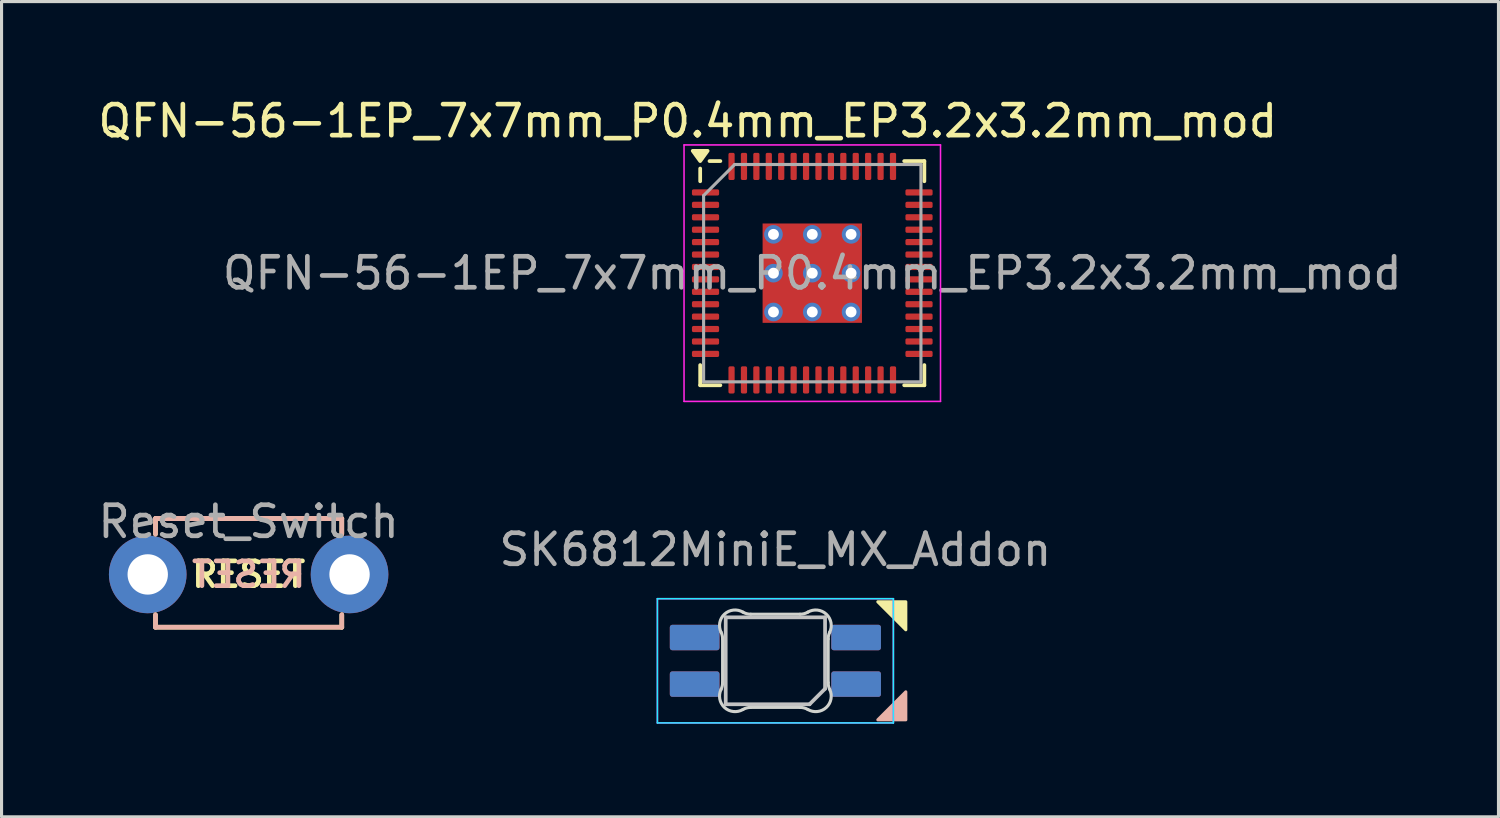
<source format=kicad_pcb>
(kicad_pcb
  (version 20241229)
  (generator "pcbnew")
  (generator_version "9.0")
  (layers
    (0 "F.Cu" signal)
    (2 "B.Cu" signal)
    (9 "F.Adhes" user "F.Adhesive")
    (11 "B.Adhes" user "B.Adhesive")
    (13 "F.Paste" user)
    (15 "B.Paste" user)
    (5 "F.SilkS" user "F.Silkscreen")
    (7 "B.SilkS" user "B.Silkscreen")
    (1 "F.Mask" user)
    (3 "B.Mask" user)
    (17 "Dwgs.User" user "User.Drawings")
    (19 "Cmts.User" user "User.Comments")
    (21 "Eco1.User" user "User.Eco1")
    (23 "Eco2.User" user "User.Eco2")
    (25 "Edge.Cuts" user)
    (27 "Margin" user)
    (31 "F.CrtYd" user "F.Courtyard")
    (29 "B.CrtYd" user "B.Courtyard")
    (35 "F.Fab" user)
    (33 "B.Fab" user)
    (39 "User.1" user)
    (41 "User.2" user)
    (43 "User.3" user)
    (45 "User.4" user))
  (footprint "QFN-56-1EP_7x7mm_P0.4mm_EP3.2x3.2mm_mod"
    (layer "F.Cu")
    (at 23.111 5.748)
    (property "Reference" "QFN-56-1EP_7x7mm_P0.4mm_EP3.2x3.2mm_mod" (at -4.01 -4.9 180) (layer "F.SilkS") (effects (font (size 1 1) (thickness 0.15))))
    (attr smd)
    (fp_line (start -3.61 -2.96) (end -3.61 -3.37) (stroke (width 0.12) (type solid)) (layer "F.SilkS"))
    (fp_line (start -3.61 3.61) (end -3.61 2.96) (stroke (width 0.12) (type solid)) (layer "F.SilkS"))
    (fp_line (start -2.96 -3.61) (end -3.31 -3.61) (stroke (width 0.12) (type solid)) (layer "F.SilkS"))
    (fp_line (start -2.96 3.61) (end -3.61 3.61) (stroke (width 0.12) (type solid)) (layer "F.SilkS"))
    (fp_line (start 2.96 -3.61) (end 3.61 -3.61) (stroke (width 0.12) (type solid)) (layer "F.SilkS"))
    (fp_line (start 2.96 3.61) (end 3.61 3.61) (stroke (width 0.12) (type solid)) (layer "F.SilkS"))
    (fp_line (start 3.61 -3.61) (end 3.61 -2.96) (stroke (width 0.12) (type solid)) (layer "F.SilkS"))
    (fp_line (start 3.61 3.61) (end 3.61 2.96) (stroke (width 0.12) (type solid)) (layer "F.SilkS"))
    (fp_poly (pts (xy -3.61 -3.61) (xy -3.85 -3.94) (xy -3.37 -3.94) (xy -3.61 -3.61)) (stroke (width 0.12) (type solid)) (fill yes) (layer "F.SilkS"))
    (fp_line (start -4.13 -4.13) (end -4.13 4.13) (stroke (width 0.05) (type solid)) (layer "F.CrtYd"))
    (fp_line (start -4.13 4.13) (end 4.13 4.13) (stroke (width 0.05) (type solid)) (layer "F.CrtYd"))
    (fp_line (start 4.13 -4.13) (end -4.13 -4.13) (stroke (width 0.05) (type solid)) (layer "F.CrtYd"))
    (fp_line (start 4.13 4.13) (end 4.13 -4.13) (stroke (width 0.05) (type solid)) (layer "F.CrtYd"))
    (fp_line (start -3.5 -2.5) (end -2.5 -3.5) (stroke (width 0.1) (type solid)) (layer "F.Fab"))
    (fp_line (start -3.5 3.5) (end -3.5 -2.5) (stroke (width 0.1) (type solid)) (layer "F.Fab"))
    (fp_line (start -2.5 -3.5) (end 3.5 -3.5) (stroke (width 0.1) (type solid)) (layer "F.Fab"))
    (fp_line (start 3.5 -3.5) (end 3.5 3.5) (stroke (width 0.1) (type solid)) (layer "F.Fab"))
    (fp_line (start 3.5 3.5) (end -3.5 3.5) (stroke (width 0.1) (type solid)) (layer "F.Fab"))
    (fp_text user "${REFERENCE}" (at 0 0 180) (layer "F.Fab") (effects (font (size 1 1) (thickness 0.15))))
    (pad "" smd roundrect (at -0.8 -0.8) (size 1.29 1.29) (layers "F.Paste") (roundrect_rratio 0.194))
    (pad "" smd roundrect (at -0.8 0.8) (size 1.29 1.29) (layers "F.Paste") (roundrect_rratio 0.194))
    (pad "" smd roundrect (at 0.8 -0.8) (size 1.29 1.29) (layers "F.Paste") (roundrect_rratio 0.194))
    (pad "" smd roundrect (at 0.8 0.8) (size 1.29 1.29) (layers "F.Paste") (roundrect_rratio 0.194))
    (pad "1" smd roundrect (at -3.438 -2.6) (size 0.875 0.2) (layers "F.Cu" "F.Mask" "F.Paste") (roundrect_rratio 0.25))
    (pad "2" smd roundrect (at -3.438 -2.2) (size 0.875 0.2) (layers "F.Cu" "F.Mask" "F.Paste") (roundrect_rratio 0.25))
    (pad "3" smd roundrect (at -3.438 -1.8) (size 0.875 0.2) (layers "F.Cu" "F.Mask" "F.Paste") (roundrect_rratio 0.25))
    (pad "4" smd roundrect (at -3.438 -1.4) (size 0.875 0.2) (layers "F.Cu" "F.Mask" "F.Paste") (roundrect_rratio 0.25))
    (pad "5" smd roundrect (at -3.438 -1) (size 0.875 0.2) (layers "F.Cu" "F.Mask" "F.Paste") (roundrect_rratio 0.25))
    (pad "6" smd roundrect (at -3.438 -0.6) (size 0.875 0.2) (layers "F.Cu" "F.Mask" "F.Paste") (roundrect_rratio 0.25))
    (pad "7" smd roundrect (at -3.438 -0.2) (size 0.875 0.2) (layers "F.Cu" "F.Mask" "F.Paste") (roundrect_rratio 0.25))
    (pad "8" smd roundrect (at -3.438 0.2) (size 0.875 0.2) (layers "F.Cu" "F.Mask" "F.Paste") (roundrect_rratio 0.25))
    (pad "9" smd roundrect (at -3.438 0.6) (size 0.875 0.2) (layers "F.Cu" "F.Mask" "F.Paste") (roundrect_rratio 0.25))
    (pad "10" smd roundrect (at -3.438 1) (size 0.875 0.2) (layers "F.Cu" "F.Mask" "F.Paste") (roundrect_rratio 0.25))
    (pad "11" smd roundrect (at -3.438 1.4) (size 0.875 0.2) (layers "F.Cu" "F.Mask" "F.Paste") (roundrect_rratio 0.25))
    (pad "12" smd roundrect (at -3.438 1.8) (size 0.875 0.2) (layers "F.Cu" "F.Mask" "F.Paste") (roundrect_rratio 0.25))
    (pad "13" smd roundrect (at -3.438 2.2) (size 0.875 0.2) (layers "F.Cu" "F.Mask" "F.Paste") (roundrect_rratio 0.25))
    (pad "14" smd roundrect (at -3.438 2.6) (size 0.875 0.2) (layers "F.Cu" "F.Mask" "F.Paste") (roundrect_rratio 0.25))
    (pad "15" smd roundrect (at -2.6 3.438) (size 0.2 0.875) (layers "F.Cu" "F.Mask" "F.Paste") (roundrect_rratio 0.25))
    (pad "16" smd roundrect (at -2.2 3.438) (size 0.2 0.875) (layers "F.Cu" "F.Mask" "F.Paste") (roundrect_rratio 0.25))
    (pad "17" smd roundrect (at -1.8 3.438) (size 0.2 0.875) (layers "F.Cu" "F.Mask" "F.Paste") (roundrect_rratio 0.25))
    (pad "18" smd roundrect (at -1.4 3.438) (size 0.2 0.875) (layers "F.Cu" "F.Mask" "F.Paste") (roundrect_rratio 0.25))
    (pad "19" smd roundrect (at -1 3.438) (size 0.2 0.875) (layers "F.Cu" "F.Mask" "F.Paste") (roundrect_rratio 0.25))
    (pad "20" smd roundrect (at -0.6 3.438) (size 0.2 0.875) (layers "F.Cu" "F.Mask" "F.Paste") (roundrect_rratio 0.25))
    (pad "21" smd roundrect (at -0.2 3.438) (size 0.2 0.875) (layers "F.Cu" "F.Mask" "F.Paste") (roundrect_rratio 0.25))
    (pad "22" smd roundrect (at 0.2 3.438) (size 0.2 0.875) (layers "F.Cu" "F.Mask" "F.Paste") (roundrect_rratio 0.25))
    (pad "23" smd roundrect (at 0.6 3.438) (size 0.2 0.875) (layers "F.Cu" "F.Mask" "F.Paste") (roundrect_rratio 0.25))
    (pad "24" smd roundrect (at 1 3.438) (size 0.2 0.875) (layers "F.Cu" "F.Mask" "F.Paste") (roundrect_rratio 0.25))
    (pad "25" smd roundrect (at 1.4 3.438) (size 0.2 0.875) (layers "F.Cu" "F.Mask" "F.Paste") (roundrect_rratio 0.25))
    (pad "26" smd roundrect (at 1.8 3.438) (size 0.2 0.875) (layers "F.Cu" "F.Mask" "F.Paste") (roundrect_rratio 0.25))
    (pad "27" smd roundrect (at 2.2 3.438) (size 0.2 0.875) (layers "F.Cu" "F.Mask" "F.Paste") (roundrect_rratio 0.25))
    (pad "28" smd roundrect (at 2.6 3.438) (size 0.2 0.875) (layers "F.Cu" "F.Mask" "F.Paste") (roundrect_rratio 0.25))
    (pad "29" smd roundrect (at 3.438 2.6) (size 0.875 0.2) (layers "F.Cu" "F.Mask" "F.Paste") (roundrect_rratio 0.25))
    (pad "30" smd roundrect (at 3.438 2.2) (size 0.875 0.2) (layers "F.Cu" "F.Mask" "F.Paste") (roundrect_rratio 0.25))
    (pad "31" smd roundrect (at 3.438 1.8) (size 0.875 0.2) (layers "F.Cu" "F.Mask" "F.Paste") (roundrect_rratio 0.25))
    (pad "32" smd roundrect (at 3.438 1.4) (size 0.875 0.2) (layers "F.Cu" "F.Mask" "F.Paste") (roundrect_rratio 0.25))
    (pad "33" smd roundrect (at 3.438 1) (size 0.875 0.2) (layers "F.Cu" "F.Mask" "F.Paste") (roundrect_rratio 0.25))
    (pad "34" smd roundrect (at 3.438 0.6) (size 0.875 0.2) (layers "F.Cu" "F.Mask" "F.Paste") (roundrect_rratio 0.25))
    (pad "35" smd roundrect (at 3.438 0.2) (size 0.875 0.2) (layers "F.Cu" "F.Mask" "F.Paste") (roundrect_rratio 0.25))
    (pad "36" smd roundrect (at 3.438 -0.2) (size 0.875 0.2) (layers "F.Cu" "F.Mask" "F.Paste") (roundrect_rratio 0.25))
    (pad "37" smd roundrect (at 3.438 -0.6) (size 0.875 0.2) (layers "F.Cu" "F.Mask" "F.Paste") (roundrect_rratio 0.25))
    (pad "38" smd roundrect (at 3.438 -1) (size 0.875 0.2) (layers "F.Cu" "F.Mask" "F.Paste") (roundrect_rratio 0.25))
    (pad "39" smd roundrect (at 3.438 -1.4) (size 0.875 0.2) (layers "F.Cu" "F.Mask" "F.Paste") (roundrect_rratio 0.25))
    (pad "40" smd roundrect (at 3.438 -1.8) (size 0.875 0.2) (layers "F.Cu" "F.Mask" "F.Paste") (roundrect_rratio 0.25))
    (pad "41" smd roundrect (at 3.438 -2.2) (size 0.875 0.2) (layers "F.Cu" "F.Mask" "F.Paste") (roundrect_rratio 0.25))
    (pad "42" smd roundrect (at 3.438 -2.6) (size 0.875 0.2) (layers "F.Cu" "F.Mask" "F.Paste") (roundrect_rratio 0.25))
    (pad "43" smd roundrect (at 2.6 -3.438) (size 0.2 0.875) (layers "F.Cu" "F.Mask" "F.Paste") (roundrect_rratio 0.25))
    (pad "44" smd roundrect (at 2.2 -3.438) (size 0.2 0.875) (layers "F.Cu" "F.Mask" "F.Paste") (roundrect_rratio 0.25))
    (pad "45" smd roundrect (at 1.8 -3.438) (size 0.2 0.875) (layers "F.Cu" "F.Mask" "F.Paste") (roundrect_rratio 0.25))
    (pad "46" smd roundrect (at 1.4 -3.438) (size 0.2 0.875) (layers "F.Cu" "F.Mask" "F.Paste") (roundrect_rratio 0.25))
    (pad "47" smd roundrect (at 1 -3.438) (size 0.2 0.875) (layers "F.Cu" "F.Mask" "F.Paste") (roundrect_rratio 0.25))
    (pad "48" smd roundrect (at 0.6 -3.438) (size 0.2 0.875) (layers "F.Cu" "F.Mask" "F.Paste") (roundrect_rratio 0.25))
    (pad "49" smd roundrect (at 0.2 -3.438) (size 0.2 0.875) (layers "F.Cu" "F.Mask" "F.Paste") (roundrect_rratio 0.25))
    (pad "50" smd roundrect (at -0.2 -3.438) (size 0.2 0.875) (layers "F.Cu" "F.Mask" "F.Paste") (roundrect_rratio 0.25))
    (pad "51" smd roundrect (at -0.6 -3.438) (size 0.2 0.875) (layers "F.Cu" "F.Mask" "F.Paste") (roundrect_rratio 0.25))
    (pad "52" smd roundrect (at -1 -3.438) (size 0.2 0.875) (layers "F.Cu" "F.Mask" "F.Paste") (roundrect_rratio 0.25))
    (pad "53" smd roundrect (at -1.4 -3.438) (size 0.2 0.875) (layers "F.Cu" "F.Mask" "F.Paste") (roundrect_rratio 0.25))
    (pad "54" smd roundrect (at -1.8 -3.438) (size 0.2 0.875) (layers "F.Cu" "F.Mask" "F.Paste") (roundrect_rratio 0.25))
    (pad "55" smd roundrect (at -2.2 -3.438) (size 0.2 0.875) (layers "F.Cu" "F.Mask" "F.Paste") (roundrect_rratio 0.25))
    (pad "56" smd roundrect (at -2.6 -3.438) (size 0.2 0.875) (layers "F.Cu" "F.Mask" "F.Paste") (roundrect_rratio 0.25))
    (pad "57" thru_hole circle (at -1.25 -1.25) (size 0.6 0.6) (drill 0.35) (layers "*.Cu" "F.Mask"))
    (pad "57" thru_hole circle (at -1.25 0) (size 0.6 0.6) (drill 0.35) (layers "*.Cu" "F.Mask"))
    (pad "57" thru_hole circle (at -1.25 1.25) (size 0.6 0.6) (drill 0.35) (layers "*.Cu" "F.Mask"))
    (pad "57" thru_hole circle (at 0 -1.25) (size 0.6 0.6) (drill 0.35) (layers "*.Cu" "F.Mask"))
    (pad "57" thru_hole circle (at 0 0) (size 0.6 0.6) (drill 0.35) (layers "*.Cu" "F.Mask"))
    (pad "57" smd rect (at 0 0) (size 3.2 3.2) (property pad_prop_heatsink) (layers "F.Cu" "F.Mask"))
    (pad "57" thru_hole circle (at 0 1.25) (size 0.6 0.6) (drill 0.35) (layers "*.Cu" "F.Mask"))
    (pad "57" thru_hole circle (at 1.25 -1.25) (size 0.6 0.6) (drill 0.35) (layers "*.Cu" "F.Mask"))
    (pad "57" thru_hole circle (at 1.25 0) (size 0.6 0.6) (drill 0.35) (layers "*.Cu" "F.Mask"))
    (pad "57" thru_hole circle (at 1.25 1.25) (size 0.6 0.6) (drill 0.35) (layers "*.Cu" "F.Mask")))
  (footprint "SK6812MiniE_MX_Addon"
    (layer "F.Cu")
    (at 21.923 13.153)
    (property "Reference" "SK6812MiniE_MX_Addon" (at 0 1.5 0) (layer "F.Fab") (effects (font (size 1 1) (thickness 0.15))))
    (attr through_hole)
    (fp_poly (pts (xy 4.2 4.08) (xy 3.3 3.18) (xy 4.2 3.18)) (stroke (width 0.1) (type solid)) (fill yes) (layer "F.SilkS"))
    (fp_poly (pts (xy 4.2 6.08) (xy 3.3 6.98) (xy 4.2 6.98)) (stroke (width 0.1) (type solid)) (fill yes) (layer "B.SilkS"))
    (fp_line (start -1.6 3.68) (end -1.6 6.48) (stroke (width 0.12) (type solid)) (layer "Dwgs.User"))
    (fp_line (start -1.6 6.48) (end 1.1 6.48) (stroke (width 0.12) (type solid)) (layer "Dwgs.User"))
    (fp_line (start 1.6 3.68) (end -1.6 3.68) (stroke (width 0.12) (type solid)) (layer "Dwgs.User"))
    (fp_line (start 1.6 5.98) (end 1.1 6.48) (stroke (width 0.12) (type solid)) (layer "Dwgs.User"))
    (fp_line (start 1.6 5.98) (end 1.6 3.68) (stroke (width 0.12) (type solid)) (layer "Dwgs.User"))
    (fp_line (start -1.7 5.783) (end -1.7 4.377) (stroke (width 0.1) (type solid)) (layer "Edge.Cuts"))
    (fp_line (start -0.794 3.58) (end 0.794 3.58) (stroke (width 0.1) (type solid)) (layer "Edge.Cuts"))
    (fp_line (start 0.794 6.58) (end -0.794 6.58) (stroke (width 0.1) (type solid)) (layer "Edge.Cuts"))
    (fp_line (start 1.7 4.377) (end 1.7 5.783) (stroke (width 0.1) (type solid)) (layer "Edge.Cuts"))
    (fp_arc (start -1.749484 4.160279) (mid -1.712527 4.265931) (end -1.699999 4.377157) (stroke (width 0.1) (type solid)) (layer "Edge.Cuts"))
    (fp_arc (start -1.749484 4.160279) (mid -1.638071 3.575964) (end -1.046711 3.5117) (stroke (width 0.1) (type solid)) (layer "Edge.Cuts"))
    (fp_arc (start -1.699999 5.782842) (mid -1.712527 5.894067) (end -1.749484 5.999719) (stroke (width 0.1) (type solid)) (layer "Edge.Cuts"))
    (fp_arc (start -1.046711 6.648296) (mid -1.63807 6.584033) (end -1.749484 5.999719) (stroke (width 0.1) (type solid)) (layer "Edge.Cuts"))
    (fp_arc (start -1.04671 6.648298) (mid -0.925122 6.597376) (end -0.794452 6.579999) (stroke (width 0.1) (type solid)) (layer "Edge.Cuts"))
    (fp_arc (start -0.794453 3.579999) (mid -0.925123 3.562622) (end -1.046711 3.5117) (stroke (width 0.1) (type solid)) (layer "Edge.Cuts"))
    (fp_arc (start 0.794452 6.579999) (mid 0.925123 6.597376) (end 1.046711 6.648298) (stroke (width 0.1) (type solid)) (layer "Edge.Cuts"))
    (fp_arc (start 1.046711 3.511701) (mid 0.925123 3.562623) (end 0.794453 3.58) (stroke (width 0.1) (type solid)) (layer "Edge.Cuts"))
    (fp_arc (start 1.046711 3.511701) (mid 1.638071 3.575965) (end 1.749484 4.160279) (stroke (width 0.1) (type solid)) (layer "Edge.Cuts"))
    (fp_arc (start 1.699999 4.377156) (mid 1.712527 4.265931) (end 1.749484 4.160279) (stroke (width 0.1) (type solid)) (layer "Edge.Cuts"))
    (fp_arc (start 1.749484 5.999718) (mid 1.638072 6.584034) (end 1.046711 6.648298) (stroke (width 0.1) (type solid)) (layer "Edge.Cuts"))
    (fp_arc (start 1.749484 5.999719) (mid 1.712527 5.894067) (end 1.699999 5.782841) (stroke (width 0.1) (type solid)) (layer "Edge.Cuts"))
    (fp_line (start -3.8 3.08) (end -3.8 7.08) (stroke (width 0.05) (type solid)) (layer "B.CrtYd"))
    (fp_line (start -3.8 7.08) (end 3.8 7.08) (stroke (width 0.05) (type solid)) (layer "B.CrtYd"))
    (fp_line (start 3.8 3.08) (end -3.8 3.08) (stroke (width 0.05) (type solid)) (layer "B.CrtYd"))
    (fp_line (start 3.8 7.08) (end 3.8 3.08) (stroke (width 0.05) (type solid)) (layer "B.CrtYd"))
    (fp_line (start -3.8 3.08) (end 3.8 3.08) (stroke (width 0.05) (type solid)) (layer "F.CrtYd"))
    (fp_line (start -3.8 7.08) (end -3.8 3.08) (stroke (width 0.05) (type solid)) (layer "F.CrtYd"))
    (fp_line (start 3.8 3.08) (end 3.8 7.08) (stroke (width 0.05) (type solid)) (layer "F.CrtYd"))
    (fp_line (start 3.8 7.08) (end -3.8 7.08) (stroke (width 0.05) (type solid)) (layer "F.CrtYd"))
    (pad "1" smd roundrect (at -2.6 4.33 270) (size 0.82 1.6) (layers "B.Cu" "B.Mask" "B.Paste") (roundrect_rratio 0.1))
    (pad "1" smd roundrect (at -2.6 5.83 270) (size 0.82 1.6) (layers "F.Cu" "F.Mask" "F.Paste") (roundrect_rratio 0.1))
    (pad "2" smd roundrect (at -2.6 4.33 270) (size 0.82 1.6) (layers "F.Cu" "F.Mask" "F.Paste") (roundrect_rratio 0.1))
    (pad "2" smd roundrect (at -2.6 5.83 270) (size 0.82 1.6) (layers "B.Cu" "B.Mask" "B.Paste") (roundrect_rratio 0.1))
    (pad "3" smd roundrect (at 2.6 4.33 270) (size 0.82 1.6) (layers "F.Cu" "F.Mask" "F.Paste") (roundrect_rratio 0.1))
    (pad "3" smd roundrect (at 2.6 5.83 270) (size 0.82 1.6) (layers "B.Cu" "B.Mask" "B.Paste") (roundrect_rratio 0.1))
    (pad "4" smd roundrect (at 2.6 4.33 270) (size 0.82 1.6) (layers "B.Cu" "B.Mask" "B.Paste") (roundrect_rratio 0.1))
    (pad "4" smd roundrect (at 2.6 5.83 270) (size 0.82 1.6) (layers "F.Cu" "F.Mask" "F.Paste") (roundrect_rratio 0.1)))
  (footprint "Reset_Switch"
    (layer "F.Cu")
    (at 4.958 15.451)
    (property "Reference" "Reset_Switch" (at 0 -1.7 0) (layer "F.Fab") (effects (font (size 1 1) (thickness 0.15))))
    (attr through_hole)
    (fp_line (start -3 -1.8) (end -3 -1.3) (stroke (width 0.15) (type solid)) (layer "F.SilkS"))
    (fp_line (start -3 1.7) (end -3 1.3) (stroke (width 0.15) (type solid)) (layer "F.SilkS"))
    (fp_line (start -3 1.7) (end 3 1.7) (stroke (width 0.15) (type solid)) (layer "F.SilkS"))
    (fp_line (start 3 -1.8) (end -3 -1.8) (stroke (width 0.15) (type solid)) (layer "F.SilkS"))
    (fp_line (start 3 -1.8) (end 3 -1.3) (stroke (width 0.15) (type solid)) (layer "F.SilkS"))
    (fp_line (start 3 1.7) (end 3 1.3) (stroke (width 0.15) (type solid)) (layer "F.SilkS"))
    (fp_line (start -3 -1.8) (end -3 -1.3) (stroke (width 0.15) (type solid)) (layer "B.SilkS"))
    (fp_line (start -3 -1.8) (end 2.9 -1.8) (stroke (width 0.15) (type solid)) (layer "B.SilkS"))
    (fp_line (start -3 -1.8) (end 3 -1.8) (stroke (width 0.15) (type solid)) (layer "B.SilkS"))
    (fp_line (start -3 1.7) (end -3 1.3) (stroke (width 0.15) (type solid)) (layer "B.SilkS"))
    (fp_line (start 3 -1.8) (end 3 -1.3) (stroke (width 0.15) (type solid)) (layer "B.SilkS"))
    (fp_line (start 3 1.7) (end -3 1.7) (stroke (width 0.15) (type solid)) (layer "B.SilkS"))
    (fp_line (start 3 1.7) (end 3 1.3) (stroke (width 0.15) (type solid)) (layer "B.SilkS"))
    (fp_text user "RESET" (at 0 0 0) (layer "F.SilkS") (effects (font (size 0.8 0.8) (thickness 0.15))))
    (fp_text user "RESET" (at 0 0 180) (layer "B.SilkS") (effects (font (size 0.8 0.8) (thickness 0.15)) (justify mirror)))
    (pad "1" thru_hole circle (at -3.25 0) (size 2.5 2.5) (drill 1.3) (layers "*.Cu" "*.Mask"))
    (pad "2" thru_hole circle (at 3.25 0) (size 2.5 2.5) (drill 1.3) (layers "*.Cu" "*.Mask")))
  (gr_rect
    (start -3 -3)
    (end 45.212 23.258)
    (stroke (width 0.1) (type default))
    (fill no)
    (layer "Edge.Cuts")))
</source>
